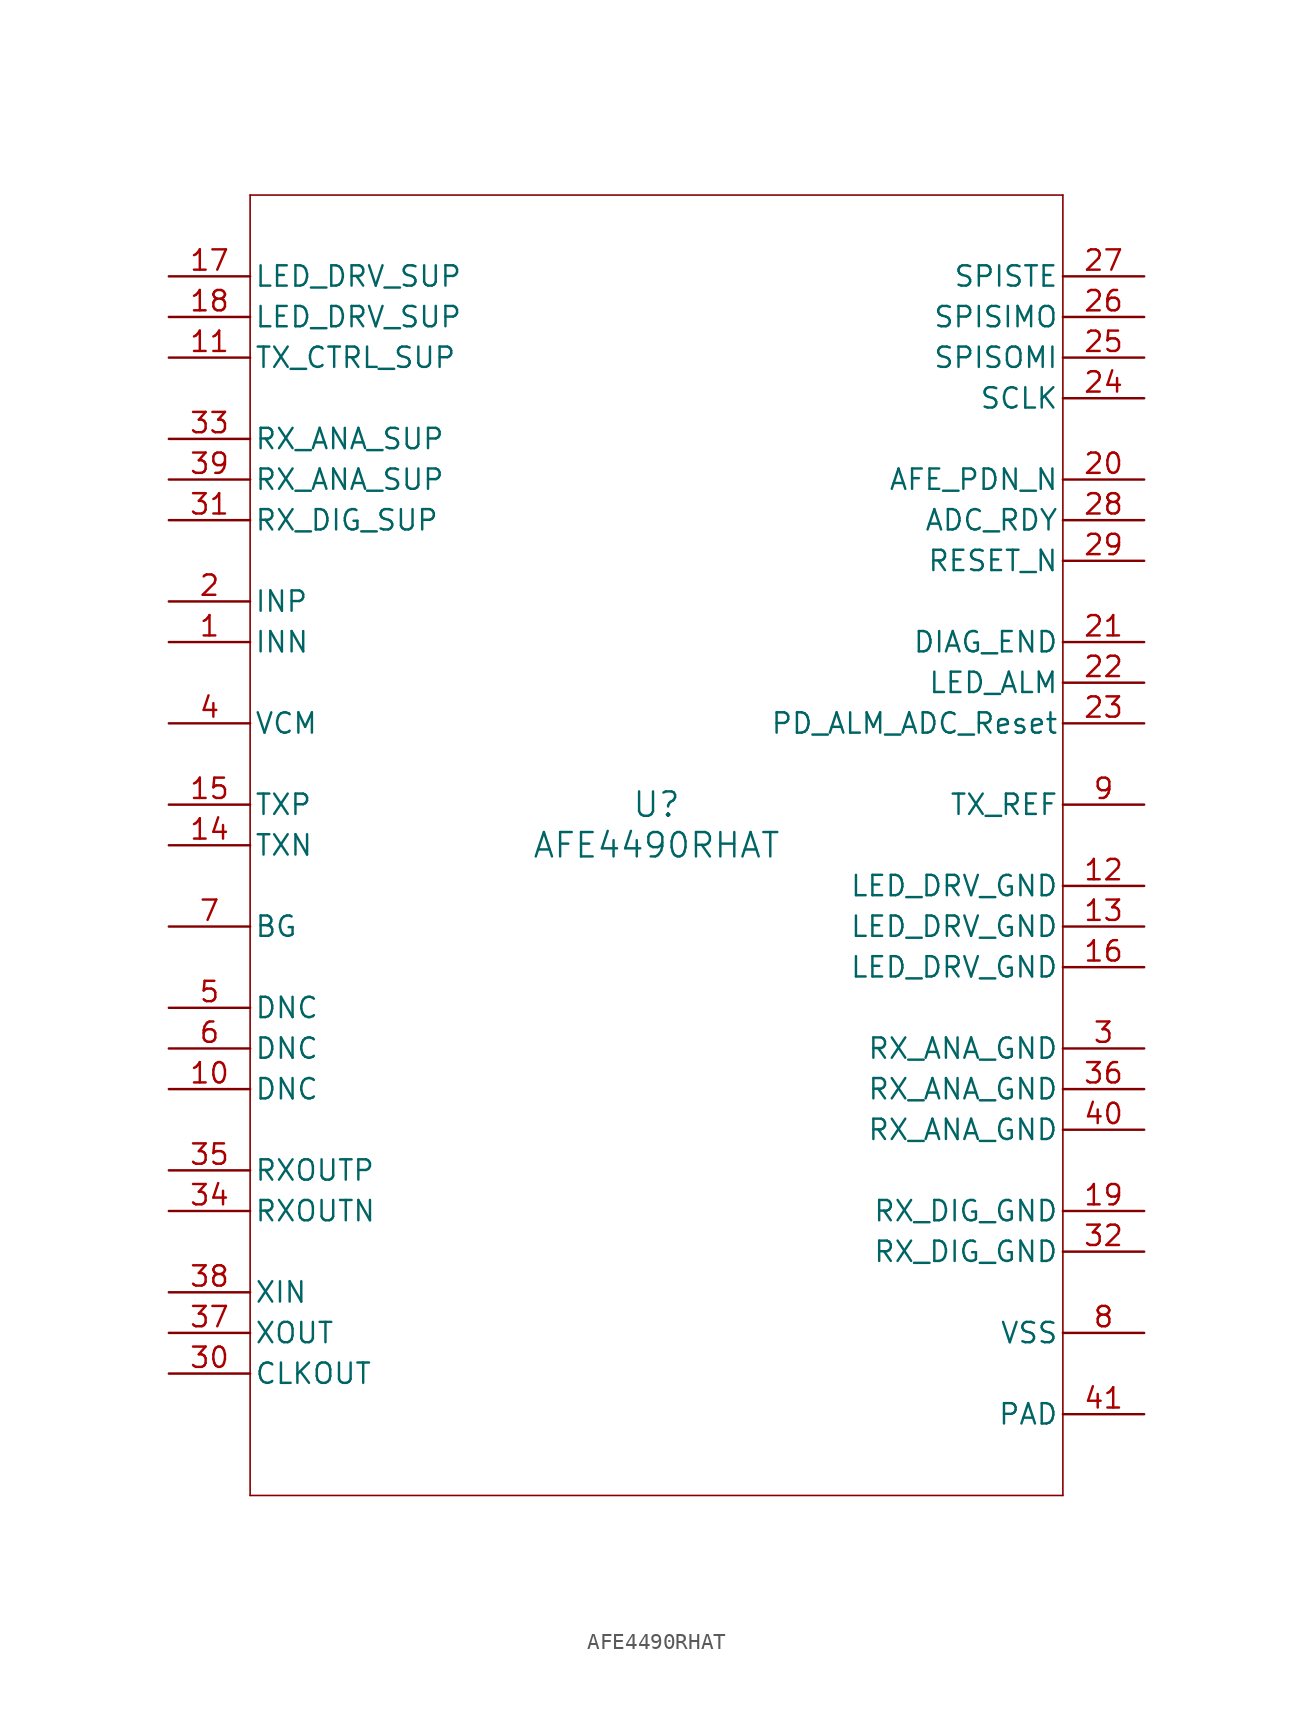
<source format=kicad_sym>
(kicad_symbol_lib
  (version 20211014)
  (generator kicad_symbol_editor)
  (symbol "AFE4490RHAT"
    (pin_names
      (offset 0.254))
    (property "Reference" "U"
      (at 0 2.54 0)
      (effects (font (size 1.524 1.524))))
    (property "Value" "AFE4490RHAT"
      (at 0 0 0)
      (effects (font (size 1.524 1.524))))
    (symbol "AFE4490RHAT_0_1"
      (polyline (pts (xy -25.4 -40.64) (xy 25.4 -40.64)) (stroke (width 0.102) (type default) (color 0 0 0 0)) (fill (type none)))
      (polyline (pts (xy 25.4 -40.64) (xy 25.4 40.64)) (stroke (width 0.102) (type default) (color 0 0 0 0)) (fill (type none)))
      (polyline (pts (xy 25.4 40.64) (xy -25.4 40.64)) (stroke (width 0.102) (type default) (color 0 0 0 0)) (fill (type none)))
      (polyline (pts (xy -25.4 40.64) (xy -25.4 -40.64)) (stroke (width 0.102) (type default) (color 0 0 0 0)) (fill (type none)))
      (pin input line (at -30.48 12.7 0) (length 5.08) (name "INN" (effects (font (size 1.27 1.27)))) (number "1" (effects (font (size 1.27 1.27)))))
      (pin input line (at -30.48 15.24 0) (length 5.08) (name "INP" (effects (font (size 1.27 1.27)))) (number "2" (effects (font (size 1.27 1.27)))))
      (pin power_in line (at 30.48 -12.7 180) (length 5.08) (name "RX_ANA_GND" (effects (font (size 1.27 1.27)))) (number "3" (effects (font (size 1.27 1.27)))))
      (pin output line (at -30.48 7.62 0) (length 5.08) (name "VCM" (effects (font (size 1.27 1.27)))) (number "4" (effects (font (size 1.27 1.27)))))
      (pin unspecified line (at -30.48 -10.16 0) (length 5.08) (name "DNC" (effects (font (size 1.27 1.27)))) (number "5" (effects (font (size 1.27 1.27)))))
      (pin unspecified line (at -30.48 -12.7 0) (length 5.08) (name "DNC" (effects (font (size 1.27 1.27)))) (number "6" (effects (font (size 1.27 1.27)))))
      (pin input line (at -30.48 -5.08 0) (length 5.08) (name "BG" (effects (font (size 1.27 1.27)))) (number "7" (effects (font (size 1.27 1.27)))))
      (pin power_in line (at 30.48 -30.48 180) (length 5.08) (name "VSS" (effects (font (size 1.27 1.27)))) (number "8" (effects (font (size 1.27 1.27)))))
      (pin output line (at 30.48 2.54 180) (length 5.08) (name "TX_REF" (effects (font (size 1.27 1.27)))) (number "9" (effects (font (size 1.27 1.27)))))
      (pin unspecified line (at -30.48 -15.24 0) (length 5.08) (name "DNC" (effects (font (size 1.27 1.27)))) (number "10" (effects (font (size 1.27 1.27)))))
      (pin power_in line (at -30.48 30.48 0) (length 5.08) (name "TX_CTRL_SUP" (effects (font (size 1.27 1.27)))) (number "11" (effects (font (size 1.27 1.27)))))
      (pin power_in line (at 30.48 -2.54 180) (length 5.08) (name "LED_DRV_GND" (effects (font (size 1.27 1.27)))) (number "12" (effects (font (size 1.27 1.27)))))
      (pin power_in line (at 30.48 -5.08 180) (length 5.08) (name "LED_DRV_GND" (effects (font (size 1.27 1.27)))) (number "13" (effects (font (size 1.27 1.27)))))
      (pin output line (at -30.48 0 0) (length 5.08) (name "TXN" (effects (font (size 1.27 1.27)))) (number "14" (effects (font (size 1.27 1.27)))))
      (pin output line (at -30.48 2.54 0) (length 5.08) (name "TXP" (effects (font (size 1.27 1.27)))) (number "15" (effects (font (size 1.27 1.27)))))
      (pin power_in line (at 30.48 -7.62 180) (length 5.08) (name "LED_DRV_GND" (effects (font (size 1.27 1.27)))) (number "16" (effects (font (size 1.27 1.27)))))
      (pin power_in line (at -30.48 35.56 0) (length 5.08) (name "LED_DRV_SUP" (effects (font (size 1.27 1.27)))) (number "17" (effects (font (size 1.27 1.27)))))
      (pin power_in line (at -30.48 33.02 0) (length 5.08) (name "LED_DRV_SUP" (effects (font (size 1.27 1.27)))) (number "18" (effects (font (size 1.27 1.27)))))
      (pin power_in line (at 30.48 -22.86 180) (length 5.08) (name "RX_DIG_GND" (effects (font (size 1.27 1.27)))) (number "19" (effects (font (size 1.27 1.27)))))
      (pin input line (at 30.48 22.86 180) (length 5.08) (name "AFE_PDN_N" (effects (font (size 1.27 1.27)))) (number "20" (effects (font (size 1.27 1.27)))))
      (pin output line (at 30.48 12.7 180) (length 5.08) (name "DIAG_END" (effects (font (size 1.27 1.27)))) (number "21" (effects (font (size 1.27 1.27)))))
      (pin output line (at 30.48 10.16 180) (length 5.08) (name "LED_ALM" (effects (font (size 1.27 1.27)))) (number "22" (effects (font (size 1.27 1.27)))))
      (pin output line (at 30.48 7.62 180) (length 5.08) (name "PD_ALM_ADC Reset" (effects (font (size 1.27 1.27)))) (number "23" (effects (font (size 1.27 1.27)))))
      (pin input line (at 30.48 27.94 180) (length 5.08) (name "SCLK" (effects (font (size 1.27 1.27)))) (number "24" (effects (font (size 1.27 1.27)))))
      (pin input line (at 30.48 30.48 180) (length 5.08) (name "SPISOMI" (effects (font (size 1.27 1.27)))) (number "25" (effects (font (size 1.27 1.27)))))
      (pin output line (at 30.48 33.02 180) (length 5.08) (name "SPISIMO" (effects (font (size 1.27 1.27)))) (number "26" (effects (font (size 1.27 1.27)))))
      (pin input line (at 30.48 35.56 180) (length 5.08) (name "SPISTE" (effects (font (size 1.27 1.27)))) (number "27" (effects (font (size 1.27 1.27)))))
      (pin output line (at 30.48 20.32 180) (length 5.08) (name "ADC_RDY" (effects (font (size 1.27 1.27)))) (number "28" (effects (font (size 1.27 1.27)))))
      (pin input line (at 30.48 17.78 180) (length 5.08) (name "RESET_N" (effects (font (size 1.27 1.27)))) (number "29" (effects (font (size 1.27 1.27)))))
      (pin output line (at -30.48 -33.02 0) (length 5.08) (name "CLKOUT" (effects (font (size 1.27 1.27)))) (number "30" (effects (font (size 1.27 1.27)))))
      (pin power_in line (at -30.48 20.32 0) (length 5.08) (name "RX_DIG_SUP" (effects (font (size 1.27 1.27)))) (number "31" (effects (font (size 1.27 1.27)))))
      (pin power_in line (at 30.48 -25.4 180) (length 5.08) (name "RX_DIG_GND" (effects (font (size 1.27 1.27)))) (number "32" (effects (font (size 1.27 1.27)))))
      (pin power_in line (at -30.48 25.4 0) (length 5.08) (name "RX_ANA_SUP" (effects (font (size 1.27 1.27)))) (number "33" (effects (font (size 1.27 1.27)))))
      (pin output line (at -30.48 -22.86 0) (length 5.08) (name "RXOUTN" (effects (font (size 1.27 1.27)))) (number "34" (effects (font (size 1.27 1.27)))))
      (pin output line (at -30.48 -20.32 0) (length 5.08) (name "RXOUTP" (effects (font (size 1.27 1.27)))) (number "35" (effects (font (size 1.27 1.27)))))
      (pin power_in line (at 30.48 -15.24 180) (length 5.08) (name "RX_ANA_GND" (effects (font (size 1.27 1.27)))) (number "36" (effects (font (size 1.27 1.27)))))
      (pin unspecified line (at -30.48 -30.48 0) (length 5.08) (name "XOUT" (effects (font (size 1.27 1.27)))) (number "37" (effects (font (size 1.27 1.27)))))
      (pin unspecified line (at -30.48 -27.94 0) (length 5.08) (name "XIN" (effects (font (size 1.27 1.27)))) (number "38" (effects (font (size 1.27 1.27)))))
      (pin power_in line (at -30.48 22.86 0) (length 5.08) (name "RX_ANA_SUP" (effects (font (size 1.27 1.27)))) (number "39" (effects (font (size 1.27 1.27)))))
      (pin power_in line (at 30.48 -17.78 180) (length 5.08) (name "RX_ANA_GND" (effects (font (size 1.27 1.27)))) (number "40" (effects (font (size 1.27 1.27)))))
      (pin power_in line (at 30.48 -35.56 180) (length 5.08) (name "PAD" (effects (font (size 1.27 1.27)))) (number "41" (effects (font (size 1.27 1.27))))))))
</source>
